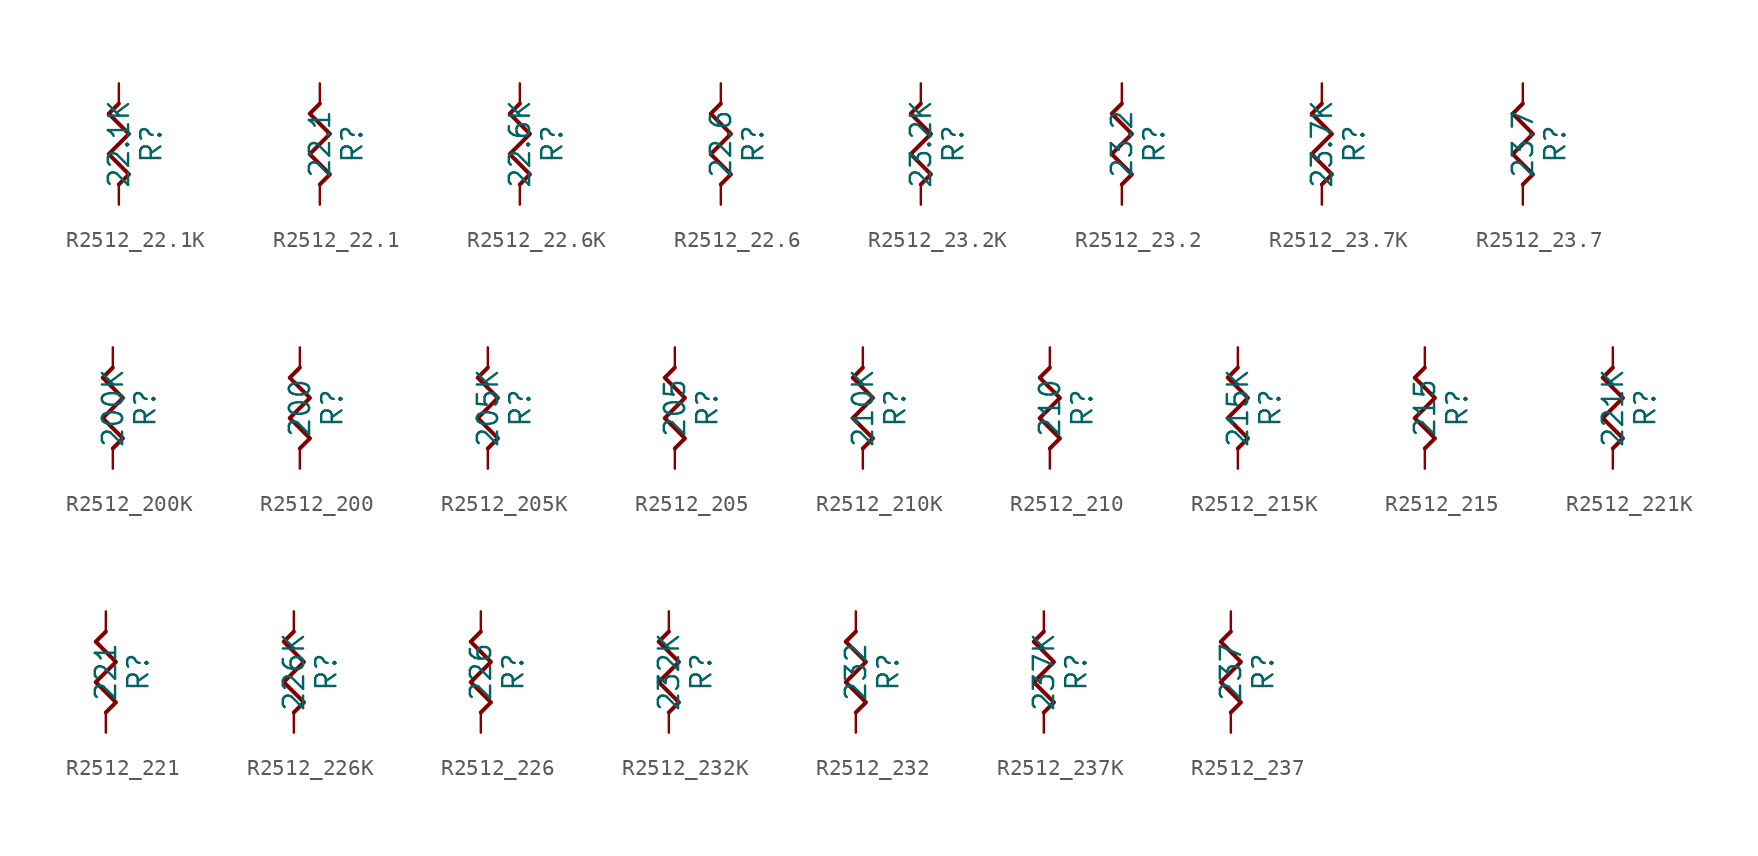
<source format=kicad_sym>
(kicad_symbol_lib
  (version 20211014)
  (generator atlantix-eda)
  (symbol "R2512_22.1K"
    (pin_numbers hide)
    (pin_names
      (offset 0))
    (property "Reference" "R"
      (at 2.032 0 90)
      (effects (font (size 1.27 1.27))))
    (property "Value" "22.1K"
      (at 0 0 90)
      (effects (font (size 1.27 1.27))))
    (symbol "R2512_22.1K_0_1"
      (polyline (pts (xy 0 -2.54) (xy 0.635 -1.905) (xy -0.635 -0.635) (xy 0.635 0.635) (xy -0.635 1.905) (xy 0 2.54)) (stroke (width 0.254) (type default) (color 0 0 0 0)) (fill (type none))))
    (symbol "R2512_22.1K_1_1"
      (pin passive line (at 0 3.81 270) (length 1.27) (name "~" (effects (font (size 1.27 1.27)))) (number "1" (effects (font (size 1.27 1.27)))))
      (pin passive line (at 0 -3.81 90) (length 1.27) (name "~" (effects (font (size 1.27 1.27)))) (number "2" (effects (font (size 1.27 1.27)))))))
  (symbol "R2512_22.1"
    (pin_numbers hide)
    (pin_names
      (offset 0))
    (property "Reference" "R"
      (at 2.032 0 90)
      (effects (font (size 1.27 1.27))))
    (property "Value" "22.1"
      (at 0 0 90)
      (effects (font (size 1.27 1.27))))
    (symbol "R2512_22.1_0_1"
      (polyline (pts (xy 0 -2.54) (xy 0.635 -1.905) (xy -0.635 -0.635) (xy 0.635 0.635) (xy -0.635 1.905) (xy 0 2.54)) (stroke (width 0.254) (type default) (color 0 0 0 0)) (fill (type none))))
    (symbol "R2512_22.1_1_1"
      (pin passive line (at 0 3.81 270) (length 1.27) (name "~" (effects (font (size 1.27 1.27)))) (number "1" (effects (font (size 1.27 1.27)))))
      (pin passive line (at 0 -3.81 90) (length 1.27) (name "~" (effects (font (size 1.27 1.27)))) (number "2" (effects (font (size 1.27 1.27)))))))
  (symbol "R2512_22.6K"
    (pin_numbers hide)
    (pin_names
      (offset 0))
    (property "Reference" "R"
      (at 2.032 0 90)
      (effects (font (size 1.27 1.27))))
    (property "Value" "22.6K"
      (at 0 0 90)
      (effects (font (size 1.27 1.27))))
    (symbol "R2512_22.6K_0_1"
      (polyline (pts (xy 0 -2.54) (xy 0.635 -1.905) (xy -0.635 -0.635) (xy 0.635 0.635) (xy -0.635 1.905) (xy 0 2.54)) (stroke (width 0.254) (type default) (color 0 0 0 0)) (fill (type none))))
    (symbol "R2512_22.6K_1_1"
      (pin passive line (at 0 3.81 270) (length 1.27) (name "~" (effects (font (size 1.27 1.27)))) (number "1" (effects (font (size 1.27 1.27)))))
      (pin passive line (at 0 -3.81 90) (length 1.27) (name "~" (effects (font (size 1.27 1.27)))) (number "2" (effects (font (size 1.27 1.27)))))))
  (symbol "R2512_22.6"
    (pin_numbers hide)
    (pin_names
      (offset 0))
    (property "Reference" "R"
      (at 2.032 0 90)
      (effects (font (size 1.27 1.27))))
    (property "Value" "22.6"
      (at 0 0 90)
      (effects (font (size 1.27 1.27))))
    (symbol "R2512_22.6_0_1"
      (polyline (pts (xy 0 -2.54) (xy 0.635 -1.905) (xy -0.635 -0.635) (xy 0.635 0.635) (xy -0.635 1.905) (xy 0 2.54)) (stroke (width 0.254) (type default) (color 0 0 0 0)) (fill (type none))))
    (symbol "R2512_22.6_1_1"
      (pin passive line (at 0 3.81 270) (length 1.27) (name "~" (effects (font (size 1.27 1.27)))) (number "1" (effects (font (size 1.27 1.27)))))
      (pin passive line (at 0 -3.81 90) (length 1.27) (name "~" (effects (font (size 1.27 1.27)))) (number "2" (effects (font (size 1.27 1.27)))))))
  (symbol "R2512_23.2K"
    (pin_numbers hide)
    (pin_names
      (offset 0))
    (property "Reference" "R"
      (at 2.032 0 90)
      (effects (font (size 1.27 1.27))))
    (property "Value" "23.2K"
      (at 0 0 90)
      (effects (font (size 1.27 1.27))))
    (symbol "R2512_23.2K_0_1"
      (polyline (pts (xy 0 -2.54) (xy 0.635 -1.905) (xy -0.635 -0.635) (xy 0.635 0.635) (xy -0.635 1.905) (xy 0 2.54)) (stroke (width 0.254) (type default) (color 0 0 0 0)) (fill (type none))))
    (symbol "R2512_23.2K_1_1"
      (pin passive line (at 0 3.81 270) (length 1.27) (name "~" (effects (font (size 1.27 1.27)))) (number "1" (effects (font (size 1.27 1.27)))))
      (pin passive line (at 0 -3.81 90) (length 1.27) (name "~" (effects (font (size 1.27 1.27)))) (number "2" (effects (font (size 1.27 1.27)))))))
  (symbol "R2512_23.2"
    (pin_numbers hide)
    (pin_names
      (offset 0))
    (property "Reference" "R"
      (at 2.032 0 90)
      (effects (font (size 1.27 1.27))))
    (property "Value" "23.2"
      (at 0 0 90)
      (effects (font (size 1.27 1.27))))
    (symbol "R2512_23.2_0_1"
      (polyline (pts (xy 0 -2.54) (xy 0.635 -1.905) (xy -0.635 -0.635) (xy 0.635 0.635) (xy -0.635 1.905) (xy 0 2.54)) (stroke (width 0.254) (type default) (color 0 0 0 0)) (fill (type none))))
    (symbol "R2512_23.2_1_1"
      (pin passive line (at 0 3.81 270) (length 1.27) (name "~" (effects (font (size 1.27 1.27)))) (number "1" (effects (font (size 1.27 1.27)))))
      (pin passive line (at 0 -3.81 90) (length 1.27) (name "~" (effects (font (size 1.27 1.27)))) (number "2" (effects (font (size 1.27 1.27)))))))
  (symbol "R2512_23.7K"
    (pin_numbers hide)
    (pin_names
      (offset 0))
    (property "Reference" "R"
      (at 2.032 0 90)
      (effects (font (size 1.27 1.27))))
    (property "Value" "23.7K"
      (at 0 0 90)
      (effects (font (size 1.27 1.27))))
    (symbol "R2512_23.7K_0_1"
      (polyline (pts (xy 0 -2.54) (xy 0.635 -1.905) (xy -0.635 -0.635) (xy 0.635 0.635) (xy -0.635 1.905) (xy 0 2.54)) (stroke (width 0.254) (type default) (color 0 0 0 0)) (fill (type none))))
    (symbol "R2512_23.7K_1_1"
      (pin passive line (at 0 3.81 270) (length 1.27) (name "~" (effects (font (size 1.27 1.27)))) (number "1" (effects (font (size 1.27 1.27)))))
      (pin passive line (at 0 -3.81 90) (length 1.27) (name "~" (effects (font (size 1.27 1.27)))) (number "2" (effects (font (size 1.27 1.27)))))))
  (symbol "R2512_23.7"
    (pin_numbers hide)
    (pin_names
      (offset 0))
    (property "Reference" "R"
      (at 2.032 0 90)
      (effects (font (size 1.27 1.27))))
    (property "Value" "23.7"
      (at 0 0 90)
      (effects (font (size 1.27 1.27))))
    (symbol "R2512_23.7_0_1"
      (polyline (pts (xy 0 -2.54) (xy 0.635 -1.905) (xy -0.635 -0.635) (xy 0.635 0.635) (xy -0.635 1.905) (xy 0 2.54)) (stroke (width 0.254) (type default) (color 0 0 0 0)) (fill (type none))))
    (symbol "R2512_23.7_1_1"
      (pin passive line (at 0 3.81 270) (length 1.27) (name "~" (effects (font (size 1.27 1.27)))) (number "1" (effects (font (size 1.27 1.27)))))
      (pin passive line (at 0 -3.81 90) (length 1.27) (name "~" (effects (font (size 1.27 1.27)))) (number "2" (effects (font (size 1.27 1.27)))))))
  (symbol "R2512_200K"
    (pin_numbers hide)
    (pin_names
      (offset 0))
    (property "Reference" "R"
      (at 2.032 0 90)
      (effects (font (size 1.27 1.27))))
    (property "Value" "200K"
      (at 0 0 90)
      (effects (font (size 1.27 1.27))))
    (symbol "R2512_200K_0_1"
      (polyline (pts (xy 0 -2.54) (xy 0.635 -1.905) (xy -0.635 -0.635) (xy 0.635 0.635) (xy -0.635 1.905) (xy 0 2.54)) (stroke (width 0.254) (type default) (color 0 0 0 0)) (fill (type none))))
    (symbol "R2512_200K_1_1"
      (pin passive line (at 0 3.81 270) (length 1.27) (name "~" (effects (font (size 1.27 1.27)))) (number "1" (effects (font (size 1.27 1.27)))))
      (pin passive line (at 0 -3.81 90) (length 1.27) (name "~" (effects (font (size 1.27 1.27)))) (number "2" (effects (font (size 1.27 1.27)))))))
  (symbol "R2512_200"
    (pin_numbers hide)
    (pin_names
      (offset 0))
    (property "Reference" "R"
      (at 2.032 0 90)
      (effects (font (size 1.27 1.27))))
    (property "Value" "200"
      (at 0 0 90)
      (effects (font (size 1.27 1.27))))
    (symbol "R2512_200_0_1"
      (polyline (pts (xy 0 -2.54) (xy 0.635 -1.905) (xy -0.635 -0.635) (xy 0.635 0.635) (xy -0.635 1.905) (xy 0 2.54)) (stroke (width 0.254) (type default) (color 0 0 0 0)) (fill (type none))))
    (symbol "R2512_200_1_1"
      (pin passive line (at 0 3.81 270) (length 1.27) (name "~" (effects (font (size 1.27 1.27)))) (number "1" (effects (font (size 1.27 1.27)))))
      (pin passive line (at 0 -3.81 90) (length 1.27) (name "~" (effects (font (size 1.27 1.27)))) (number "2" (effects (font (size 1.27 1.27)))))))
  (symbol "R2512_205K"
    (pin_numbers hide)
    (pin_names
      (offset 0))
    (property "Reference" "R"
      (at 2.032 0 90)
      (effects (font (size 1.27 1.27))))
    (property "Value" "205K"
      (at 0 0 90)
      (effects (font (size 1.27 1.27))))
    (symbol "R2512_205K_0_1"
      (polyline (pts (xy 0 -2.54) (xy 0.635 -1.905) (xy -0.635 -0.635) (xy 0.635 0.635) (xy -0.635 1.905) (xy 0 2.54)) (stroke (width 0.254) (type default) (color 0 0 0 0)) (fill (type none))))
    (symbol "R2512_205K_1_1"
      (pin passive line (at 0 3.81 270) (length 1.27) (name "~" (effects (font (size 1.27 1.27)))) (number "1" (effects (font (size 1.27 1.27)))))
      (pin passive line (at 0 -3.81 90) (length 1.27) (name "~" (effects (font (size 1.27 1.27)))) (number "2" (effects (font (size 1.27 1.27)))))))
  (symbol "R2512_205"
    (pin_numbers hide)
    (pin_names
      (offset 0))
    (property "Reference" "R"
      (at 2.032 0 90)
      (effects (font (size 1.27 1.27))))
    (property "Value" "205"
      (at 0 0 90)
      (effects (font (size 1.27 1.27))))
    (symbol "R2512_205_0_1"
      (polyline (pts (xy 0 -2.54) (xy 0.635 -1.905) (xy -0.635 -0.635) (xy 0.635 0.635) (xy -0.635 1.905) (xy 0 2.54)) (stroke (width 0.254) (type default) (color 0 0 0 0)) (fill (type none))))
    (symbol "R2512_205_1_1"
      (pin passive line (at 0 3.81 270) (length 1.27) (name "~" (effects (font (size 1.27 1.27)))) (number "1" (effects (font (size 1.27 1.27)))))
      (pin passive line (at 0 -3.81 90) (length 1.27) (name "~" (effects (font (size 1.27 1.27)))) (number "2" (effects (font (size 1.27 1.27)))))))
  (symbol "R2512_210K"
    (pin_numbers hide)
    (pin_names
      (offset 0))
    (property "Reference" "R"
      (at 2.032 0 90)
      (effects (font (size 1.27 1.27))))
    (property "Value" "210K"
      (at 0 0 90)
      (effects (font (size 1.27 1.27))))
    (symbol "R2512_210K_0_1"
      (polyline (pts (xy 0 -2.54) (xy 0.635 -1.905) (xy -0.635 -0.635) (xy 0.635 0.635) (xy -0.635 1.905) (xy 0 2.54)) (stroke (width 0.254) (type default) (color 0 0 0 0)) (fill (type none))))
    (symbol "R2512_210K_1_1"
      (pin passive line (at 0 3.81 270) (length 1.27) (name "~" (effects (font (size 1.27 1.27)))) (number "1" (effects (font (size 1.27 1.27)))))
      (pin passive line (at 0 -3.81 90) (length 1.27) (name "~" (effects (font (size 1.27 1.27)))) (number "2" (effects (font (size 1.27 1.27)))))))
  (symbol "R2512_210"
    (pin_numbers hide)
    (pin_names
      (offset 0))
    (property "Reference" "R"
      (at 2.032 0 90)
      (effects (font (size 1.27 1.27))))
    (property "Value" "210"
      (at 0 0 90)
      (effects (font (size 1.27 1.27))))
    (symbol "R2512_210_0_1"
      (polyline (pts (xy 0 -2.54) (xy 0.635 -1.905) (xy -0.635 -0.635) (xy 0.635 0.635) (xy -0.635 1.905) (xy 0 2.54)) (stroke (width 0.254) (type default) (color 0 0 0 0)) (fill (type none))))
    (symbol "R2512_210_1_1"
      (pin passive line (at 0 3.81 270) (length 1.27) (name "~" (effects (font (size 1.27 1.27)))) (number "1" (effects (font (size 1.27 1.27)))))
      (pin passive line (at 0 -3.81 90) (length 1.27) (name "~" (effects (font (size 1.27 1.27)))) (number "2" (effects (font (size 1.27 1.27)))))))
  (symbol "R2512_215K"
    (pin_numbers hide)
    (pin_names
      (offset 0))
    (property "Reference" "R"
      (at 2.032 0 90)
      (effects (font (size 1.27 1.27))))
    (property "Value" "215K"
      (at 0 0 90)
      (effects (font (size 1.27 1.27))))
    (symbol "R2512_215K_0_1"
      (polyline (pts (xy 0 -2.54) (xy 0.635 -1.905) (xy -0.635 -0.635) (xy 0.635 0.635) (xy -0.635 1.905) (xy 0 2.54)) (stroke (width 0.254) (type default) (color 0 0 0 0)) (fill (type none))))
    (symbol "R2512_215K_1_1"
      (pin passive line (at 0 3.81 270) (length 1.27) (name "~" (effects (font (size 1.27 1.27)))) (number "1" (effects (font (size 1.27 1.27)))))
      (pin passive line (at 0 -3.81 90) (length 1.27) (name "~" (effects (font (size 1.27 1.27)))) (number "2" (effects (font (size 1.27 1.27)))))))
  (symbol "R2512_215"
    (pin_numbers hide)
    (pin_names
      (offset 0))
    (property "Reference" "R"
      (at 2.032 0 90)
      (effects (font (size 1.27 1.27))))
    (property "Value" "215"
      (at 0 0 90)
      (effects (font (size 1.27 1.27))))
    (symbol "R2512_215_0_1"
      (polyline (pts (xy 0 -2.54) (xy 0.635 -1.905) (xy -0.635 -0.635) (xy 0.635 0.635) (xy -0.635 1.905) (xy 0 2.54)) (stroke (width 0.254) (type default) (color 0 0 0 0)) (fill (type none))))
    (symbol "R2512_215_1_1"
      (pin passive line (at 0 3.81 270) (length 1.27) (name "~" (effects (font (size 1.27 1.27)))) (number "1" (effects (font (size 1.27 1.27)))))
      (pin passive line (at 0 -3.81 90) (length 1.27) (name "~" (effects (font (size 1.27 1.27)))) (number "2" (effects (font (size 1.27 1.27)))))))
  (symbol "R2512_221K"
    (pin_numbers hide)
    (pin_names
      (offset 0))
    (property "Reference" "R"
      (at 2.032 0 90)
      (effects (font (size 1.27 1.27))))
    (property "Value" "221K"
      (at 0 0 90)
      (effects (font (size 1.27 1.27))))
    (symbol "R2512_221K_0_1"
      (polyline (pts (xy 0 -2.54) (xy 0.635 -1.905) (xy -0.635 -0.635) (xy 0.635 0.635) (xy -0.635 1.905) (xy 0 2.54)) (stroke (width 0.254) (type default) (color 0 0 0 0)) (fill (type none))))
    (symbol "R2512_221K_1_1"
      (pin passive line (at 0 3.81 270) (length 1.27) (name "~" (effects (font (size 1.27 1.27)))) (number "1" (effects (font (size 1.27 1.27)))))
      (pin passive line (at 0 -3.81 90) (length 1.27) (name "~" (effects (font (size 1.27 1.27)))) (number "2" (effects (font (size 1.27 1.27)))))))
  (symbol "R2512_221"
    (pin_numbers hide)
    (pin_names
      (offset 0))
    (property "Reference" "R"
      (at 2.032 0 90)
      (effects (font (size 1.27 1.27))))
    (property "Value" "221"
      (at 0 0 90)
      (effects (font (size 1.27 1.27))))
    (symbol "R2512_221_0_1"
      (polyline (pts (xy 0 -2.54) (xy 0.635 -1.905) (xy -0.635 -0.635) (xy 0.635 0.635) (xy -0.635 1.905) (xy 0 2.54)) (stroke (width 0.254) (type default) (color 0 0 0 0)) (fill (type none))))
    (symbol "R2512_221_1_1"
      (pin passive line (at 0 3.81 270) (length 1.27) (name "~" (effects (font (size 1.27 1.27)))) (number "1" (effects (font (size 1.27 1.27)))))
      (pin passive line (at 0 -3.81 90) (length 1.27) (name "~" (effects (font (size 1.27 1.27)))) (number "2" (effects (font (size 1.27 1.27)))))))
  (symbol "R2512_226K"
    (pin_numbers hide)
    (pin_names
      (offset 0))
    (property "Reference" "R"
      (at 2.032 0 90)
      (effects (font (size 1.27 1.27))))
    (property "Value" "226K"
      (at 0 0 90)
      (effects (font (size 1.27 1.27))))
    (symbol "R2512_226K_0_1"
      (polyline (pts (xy 0 -2.54) (xy 0.635 -1.905) (xy -0.635 -0.635) (xy 0.635 0.635) (xy -0.635 1.905) (xy 0 2.54)) (stroke (width 0.254) (type default) (color 0 0 0 0)) (fill (type none))))
    (symbol "R2512_226K_1_1"
      (pin passive line (at 0 3.81 270) (length 1.27) (name "~" (effects (font (size 1.27 1.27)))) (number "1" (effects (font (size 1.27 1.27)))))
      (pin passive line (at 0 -3.81 90) (length 1.27) (name "~" (effects (font (size 1.27 1.27)))) (number "2" (effects (font (size 1.27 1.27)))))))
  (symbol "R2512_226"
    (pin_numbers hide)
    (pin_names
      (offset 0))
    (property "Reference" "R"
      (at 2.032 0 90)
      (effects (font (size 1.27 1.27))))
    (property "Value" "226"
      (at 0 0 90)
      (effects (font (size 1.27 1.27))))
    (symbol "R2512_226_0_1"
      (polyline (pts (xy 0 -2.54) (xy 0.635 -1.905) (xy -0.635 -0.635) (xy 0.635 0.635) (xy -0.635 1.905) (xy 0 2.54)) (stroke (width 0.254) (type default) (color 0 0 0 0)) (fill (type none))))
    (symbol "R2512_226_1_1"
      (pin passive line (at 0 3.81 270) (length 1.27) (name "~" (effects (font (size 1.27 1.27)))) (number "1" (effects (font (size 1.27 1.27)))))
      (pin passive line (at 0 -3.81 90) (length 1.27) (name "~" (effects (font (size 1.27 1.27)))) (number "2" (effects (font (size 1.27 1.27)))))))
  (symbol "R2512_232K"
    (pin_numbers hide)
    (pin_names
      (offset 0))
    (property "Reference" "R"
      (at 2.032 0 90)
      (effects (font (size 1.27 1.27))))
    (property "Value" "232K"
      (at 0 0 90)
      (effects (font (size 1.27 1.27))))
    (symbol "R2512_232K_0_1"
      (polyline (pts (xy 0 -2.54) (xy 0.635 -1.905) (xy -0.635 -0.635) (xy 0.635 0.635) (xy -0.635 1.905) (xy 0 2.54)) (stroke (width 0.254) (type default) (color 0 0 0 0)) (fill (type none))))
    (symbol "R2512_232K_1_1"
      (pin passive line (at 0 3.81 270) (length 1.27) (name "~" (effects (font (size 1.27 1.27)))) (number "1" (effects (font (size 1.27 1.27)))))
      (pin passive line (at 0 -3.81 90) (length 1.27) (name "~" (effects (font (size 1.27 1.27)))) (number "2" (effects (font (size 1.27 1.27)))))))
  (symbol "R2512_232"
    (pin_numbers hide)
    (pin_names
      (offset 0))
    (property "Reference" "R"
      (at 2.032 0 90)
      (effects (font (size 1.27 1.27))))
    (property "Value" "232"
      (at 0 0 90)
      (effects (font (size 1.27 1.27))))
    (symbol "R2512_232_0_1"
      (polyline (pts (xy 0 -2.54) (xy 0.635 -1.905) (xy -0.635 -0.635) (xy 0.635 0.635) (xy -0.635 1.905) (xy 0 2.54)) (stroke (width 0.254) (type default) (color 0 0 0 0)) (fill (type none))))
    (symbol "R2512_232_1_1"
      (pin passive line (at 0 3.81 270) (length 1.27) (name "~" (effects (font (size 1.27 1.27)))) (number "1" (effects (font (size 1.27 1.27)))))
      (pin passive line (at 0 -3.81 90) (length 1.27) (name "~" (effects (font (size 1.27 1.27)))) (number "2" (effects (font (size 1.27 1.27)))))))
  (symbol "R2512_237K"
    (pin_numbers hide)
    (pin_names
      (offset 0))
    (property "Reference" "R"
      (at 2.032 0 90)
      (effects (font (size 1.27 1.27))))
    (property "Value" "237K"
      (at 0 0 90)
      (effects (font (size 1.27 1.27))))
    (symbol "R2512_237K_0_1"
      (polyline (pts (xy 0 -2.54) (xy 0.635 -1.905) (xy -0.635 -0.635) (xy 0.635 0.635) (xy -0.635 1.905) (xy 0 2.54)) (stroke (width 0.254) (type default) (color 0 0 0 0)) (fill (type none))))
    (symbol "R2512_237K_1_1"
      (pin passive line (at 0 3.81 270) (length 1.27) (name "~" (effects (font (size 1.27 1.27)))) (number "1" (effects (font (size 1.27 1.27)))))
      (pin passive line (at 0 -3.81 90) (length 1.27) (name "~" (effects (font (size 1.27 1.27)))) (number "2" (effects (font (size 1.27 1.27)))))))
  (symbol "R2512_237"
    (pin_numbers hide)
    (pin_names
      (offset 0))
    (property "Reference" "R"
      (at 2.032 0 90)
      (effects (font (size 1.27 1.27))))
    (property "Value" "237"
      (at 0 0 90)
      (effects (font (size 1.27 1.27))))
    (symbol "R2512_237_0_1"
      (polyline (pts (xy 0 -2.54) (xy 0.635 -1.905) (xy -0.635 -0.635) (xy 0.635 0.635) (xy -0.635 1.905) (xy 0 2.54)) (stroke (width 0.254) (type default) (color 0 0 0 0)) (fill (type none))))
    (symbol "R2512_237_1_1"
      (pin passive line (at 0 3.81 270) (length 1.27) (name "~" (effects (font (size 1.27 1.27)))) (number "1" (effects (font (size 1.27 1.27)))))
      (pin passive line (at 0 -3.81 90) (length 1.27) (name "~" (effects (font (size 1.27 1.27)))) (number "2" (effects (font (size 1.27 1.27))))))))
</source>
